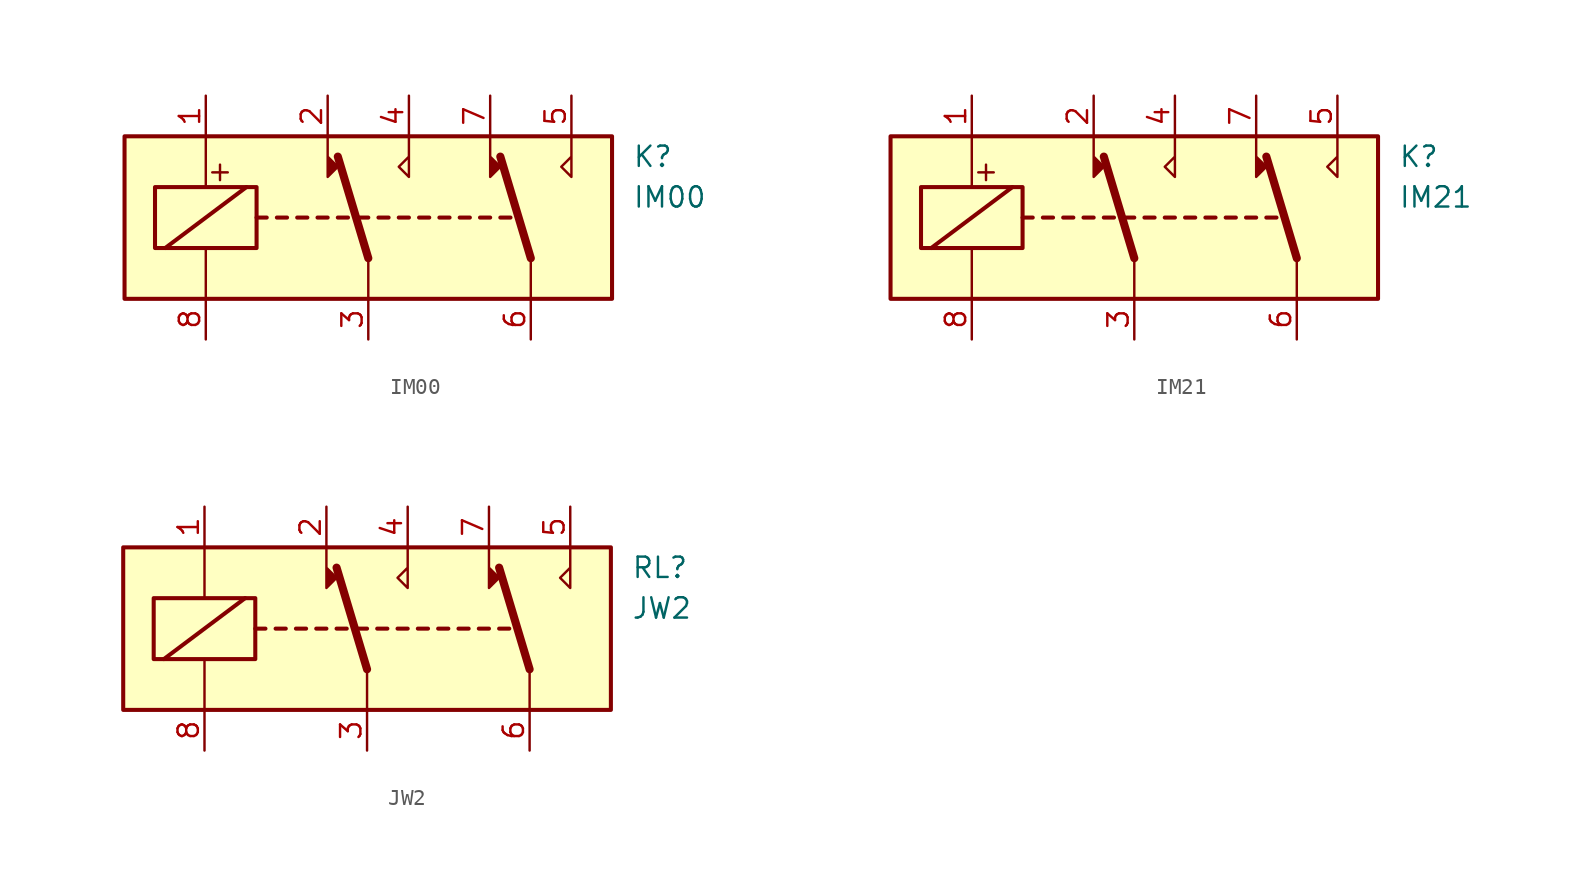
<source format=kicad_sym>
(kicad_symbol_lib
  (version 20201005)
  (generator kicad_symbol_editor)
  (symbol "Relay:IM00"
    (property "Reference" "K"
      (at 16.51 3.81 0)
      (effects (font (size 1.27 1.27)) (justify left)))
    (property "Value" "IM00"
      (at 16.51 1.27 0)
      (effects (font (size 1.27 1.27)) (justify left)))
    (symbol "IM00_0_0"
      (text "+" (at -9.271 2.921 0) (effects (font (size 1.27 1.27)))))
    (symbol "IM00_0_1"
      (rectangle (start -15.24 5.08) (end 15.24 -5.08) (stroke (width 0.254)) (fill (type background)))
      (rectangle (start -13.335 1.905) (end -6.985 -1.905) (stroke (width 0.254)) (fill (type none)))
      (polyline (pts (xy -12.7 -1.905) (xy -7.62 1.905)) (stroke (width 0.254)) (fill (type none)))
      (polyline (pts (xy -10.16 -5.08) (xy -10.16 -1.905)) (stroke (width 0)) (fill (type none)))
      (polyline (pts (xy -10.16 5.08) (xy -10.16 1.905)) (stroke (width 0)) (fill (type none)))
      (polyline (pts (xy -6.985 0) (xy -6.35 0)) (stroke (width 0.254)) (fill (type none)))
      (polyline (pts (xy -5.715 0) (xy -5.08 0)) (stroke (width 0.254)) (fill (type none)))
      (polyline (pts (xy -4.445 0) (xy -3.81 0)) (stroke (width 0.254)) (fill (type none)))
      (polyline (pts (xy -3.175 0) (xy -2.54 0)) (stroke (width 0.254)) (fill (type none)))
      (polyline (pts (xy -1.905 0) (xy -1.27 0)) (stroke (width 0.254)) (fill (type none)))
      (polyline (pts (xy -0.635 0) (xy 0 0)) (stroke (width 0.254)) (fill (type none)))
      (polyline (pts (xy 0 -2.54) (xy -1.905 3.81)) (stroke (width 0.508)) (fill (type none)))
      (polyline (pts (xy 0 -2.54) (xy 0 -5.08)) (stroke (width 0)) (fill (type none)))
      (polyline (pts (xy 0.635 0) (xy 1.27 0)) (stroke (width 0.254)) (fill (type none)))
      (polyline (pts (xy 1.905 0) (xy 2.54 0)) (stroke (width 0.254)) (fill (type none)))
      (polyline (pts (xy 3.175 0) (xy 3.81 0)) (stroke (width 0.254)) (fill (type none)))
      (polyline (pts (xy 4.445 0) (xy 5.08 0)) (stroke (width 0.254)) (fill (type none)))
      (polyline (pts (xy 5.715 0) (xy 6.35 0)) (stroke (width 0.254)) (fill (type none)))
      (polyline (pts (xy 6.985 0) (xy 7.62 0)) (stroke (width 0.254)) (fill (type none)))
      (polyline (pts (xy 8.255 0) (xy 8.89 0)) (stroke (width 0.254)) (fill (type none)))
      (polyline (pts (xy 10.16 -2.54) (xy 8.255 3.81)) (stroke (width 0.508)) (fill (type none)))
      (polyline (pts (xy 10.16 -2.54) (xy 10.16 -5.08)) (stroke (width 0)) (fill (type none)))
      (polyline (pts (xy -2.54 5.08) (xy -2.54 2.54) (xy -1.905 3.175) (xy -2.54 3.81)) (stroke (width 0)) (fill (type outline)))
      (polyline (pts (xy 2.54 5.08) (xy 2.54 2.54) (xy 1.905 3.175) (xy 2.54 3.81)) (stroke (width 0)) (fill (type none)))
      (polyline (pts (xy 7.62 5.08) (xy 7.62 2.54) (xy 8.255 3.175) (xy 7.62 3.81)) (stroke (width 0)) (fill (type outline)))
      (polyline (pts (xy 12.7 5.08) (xy 12.7 2.54) (xy 12.065 3.175) (xy 12.7 3.81)) (stroke (width 0)) (fill (type none))))
    (symbol "IM00_1_1"
      (pin passive line (at -10.16 7.62 270) (length 2.54) (name "~" (effects (font (size 1.27 1.27)))) (number "1" (effects (font (size 1.27 1.27)))))
      (pin passive line (at -2.54 7.62 270) (length 2.54) (name "~" (effects (font (size 1.27 1.27)))) (number "2" (effects (font (size 1.27 1.27)))))
      (pin passive line (at 0 -7.62 90) (length 2.54) (name "~" (effects (font (size 1.27 1.27)))) (number "3" (effects (font (size 1.27 1.27)))))
      (pin passive line (at 2.54 7.62 270) (length 2.54) (name "~" (effects (font (size 1.27 1.27)))) (number "4" (effects (font (size 1.27 1.27)))))
      (pin passive line (at 12.7 7.62 270) (length 2.54) (name "~" (effects (font (size 1.27 1.27)))) (number "5" (effects (font (size 1.27 1.27)))))
      (pin passive line (at 10.16 -7.62 90) (length 2.54) (name "~" (effects (font (size 1.27 1.27)))) (number "6" (effects (font (size 1.27 1.27)))))
      (pin passive line (at 7.62 7.62 270) (length 2.54) (name "~" (effects (font (size 1.27 1.27)))) (number "7" (effects (font (size 1.27 1.27)))))
      (pin passive line (at -10.16 -7.62 90) (length 2.54) (name "~" (effects (font (size 1.27 1.27)))) (number "8" (effects (font (size 1.27 1.27)))))))
  (symbol "Relay:IM21"
    (property "Reference" "K"
      (at 16.51 3.81 0)
      (effects (font (size 1.27 1.27)) (justify left)))
    (property "Value" "IM21"
      (at 16.51 1.27 0)
      (effects (font (size 1.27 1.27)) (justify left)))
    (symbol "IM21_0_0"
      (text "+" (at -9.271 2.921 0) (effects (font (size 1.27 1.27)))))
    (symbol "IM21_0_1"
      (rectangle (start -15.24 5.08) (end 15.24 -5.08) (stroke (width 0.254)) (fill (type background)))
      (rectangle (start -13.335 1.905) (end -6.985 -1.905) (stroke (width 0.254)) (fill (type none)))
      (polyline (pts (xy -12.7 -1.905) (xy -7.62 1.905)) (stroke (width 0.254)) (fill (type none)))
      (polyline (pts (xy -10.16 -5.08) (xy -10.16 -1.905)) (stroke (width 0)) (fill (type none)))
      (polyline (pts (xy -10.16 5.08) (xy -10.16 1.905)) (stroke (width 0)) (fill (type none)))
      (polyline (pts (xy -6.985 0) (xy -6.35 0)) (stroke (width 0.254)) (fill (type none)))
      (polyline (pts (xy -5.715 0) (xy -5.08 0)) (stroke (width 0.254)) (fill (type none)))
      (polyline (pts (xy -4.445 0) (xy -3.81 0)) (stroke (width 0.254)) (fill (type none)))
      (polyline (pts (xy -3.175 0) (xy -2.54 0)) (stroke (width 0.254)) (fill (type none)))
      (polyline (pts (xy -1.905 0) (xy -1.27 0)) (stroke (width 0.254)) (fill (type none)))
      (polyline (pts (xy -0.635 0) (xy 0 0)) (stroke (width 0.254)) (fill (type none)))
      (polyline (pts (xy 0 -2.54) (xy -1.905 3.81)) (stroke (width 0.508)) (fill (type none)))
      (polyline (pts (xy 0 -2.54) (xy 0 -5.08)) (stroke (width 0)) (fill (type none)))
      (polyline (pts (xy 0.635 0) (xy 1.27 0)) (stroke (width 0.254)) (fill (type none)))
      (polyline (pts (xy 1.905 0) (xy 2.54 0)) (stroke (width 0.254)) (fill (type none)))
      (polyline (pts (xy 3.175 0) (xy 3.81 0)) (stroke (width 0.254)) (fill (type none)))
      (polyline (pts (xy 4.445 0) (xy 5.08 0)) (stroke (width 0.254)) (fill (type none)))
      (polyline (pts (xy 5.715 0) (xy 6.35 0)) (stroke (width 0.254)) (fill (type none)))
      (polyline (pts (xy 6.985 0) (xy 7.62 0)) (stroke (width 0.254)) (fill (type none)))
      (polyline (pts (xy 8.255 0) (xy 8.89 0)) (stroke (width 0.254)) (fill (type none)))
      (polyline (pts (xy 10.16 -2.54) (xy 8.255 3.81)) (stroke (width 0.508)) (fill (type none)))
      (polyline (pts (xy 10.16 -2.54) (xy 10.16 -5.08)) (stroke (width 0)) (fill (type none)))
      (polyline (pts (xy -2.54 5.08) (xy -2.54 2.54) (xy -1.905 3.175) (xy -2.54 3.81)) (stroke (width 0)) (fill (type outline)))
      (polyline (pts (xy 2.54 5.08) (xy 2.54 2.54) (xy 1.905 3.175) (xy 2.54 3.81)) (stroke (width 0)) (fill (type none)))
      (polyline (pts (xy 7.62 5.08) (xy 7.62 2.54) (xy 8.255 3.175) (xy 7.62 3.81)) (stroke (width 0)) (fill (type outline)))
      (polyline (pts (xy 12.7 5.08) (xy 12.7 2.54) (xy 12.065 3.175) (xy 12.7 3.81)) (stroke (width 0)) (fill (type none))))
    (symbol "IM21_1_1"
      (pin passive line (at -10.16 7.62 270) (length 2.54) (name "~" (effects (font (size 1.27 1.27)))) (number "1" (effects (font (size 1.27 1.27)))))
      (pin passive line (at -2.54 7.62 270) (length 2.54) (name "~" (effects (font (size 1.27 1.27)))) (number "2" (effects (font (size 1.27 1.27)))))
      (pin passive line (at 0 -7.62 90) (length 2.54) (name "~" (effects (font (size 1.27 1.27)))) (number "3" (effects (font (size 1.27 1.27)))))
      (pin passive line (at 2.54 7.62 270) (length 2.54) (name "~" (effects (font (size 1.27 1.27)))) (number "4" (effects (font (size 1.27 1.27)))))
      (pin passive line (at 12.7 7.62 270) (length 2.54) (name "~" (effects (font (size 1.27 1.27)))) (number "5" (effects (font (size 1.27 1.27)))))
      (pin passive line (at 10.16 -7.62 90) (length 2.54) (name "~" (effects (font (size 1.27 1.27)))) (number "6" (effects (font (size 1.27 1.27)))))
      (pin passive line (at 7.62 7.62 270) (length 2.54) (name "~" (effects (font (size 1.27 1.27)))) (number "7" (effects (font (size 1.27 1.27)))))
      (pin passive line (at -10.16 -7.62 90) (length 2.54) (name "~" (effects (font (size 1.27 1.27)))) (number "8" (effects (font (size 1.27 1.27)))))))
  (symbol "Relay:JW2"
    (property "Reference" "RL"
      (at 16.51 3.81 0)
      (effects (font (size 1.27 1.27)) (justify left)))
    (property "Value" "JW2"
      (at 16.51 1.27 0)
      (effects (font (size 1.27 1.27)) (justify left)))
    (symbol "JW2_0_1"
      (rectangle (start -15.24 5.08) (end 15.24 -5.08) (stroke (width 0.254)) (fill (type background)))
      (rectangle (start -13.335 1.905) (end -6.985 -1.905) (stroke (width 0.254)) (fill (type none)))
      (polyline (pts (xy -12.7 -1.905) (xy -7.62 1.905)) (stroke (width 0.254)) (fill (type none)))
      (polyline (pts (xy -10.16 -5.08) (xy -10.16 -1.905)) (stroke (width 0)) (fill (type none)))
      (polyline (pts (xy -10.16 5.08) (xy -10.16 1.905)) (stroke (width 0)) (fill (type none)))
      (polyline (pts (xy -6.985 0) (xy -6.35 0)) (stroke (width 0.254)) (fill (type none)))
      (polyline (pts (xy -5.715 0) (xy -5.08 0)) (stroke (width 0.254)) (fill (type none)))
      (polyline (pts (xy -4.445 0) (xy -3.81 0)) (stroke (width 0.254)) (fill (type none)))
      (polyline (pts (xy -3.175 0) (xy -2.54 0)) (stroke (width 0.254)) (fill (type none)))
      (polyline (pts (xy -1.905 0) (xy -1.27 0)) (stroke (width 0.254)) (fill (type none)))
      (polyline (pts (xy -0.635 0) (xy 0 0)) (stroke (width 0.254)) (fill (type none)))
      (polyline (pts (xy 0 -2.54) (xy -1.905 3.81)) (stroke (width 0.508)) (fill (type none)))
      (polyline (pts (xy 0 -2.54) (xy 0 -5.08)) (stroke (width 0)) (fill (type none)))
      (polyline (pts (xy 0.635 0) (xy 1.27 0)) (stroke (width 0.254)) (fill (type none)))
      (polyline (pts (xy 1.905 0) (xy 2.54 0)) (stroke (width 0.254)) (fill (type none)))
      (polyline (pts (xy 3.175 0) (xy 3.81 0)) (stroke (width 0.254)) (fill (type none)))
      (polyline (pts (xy 4.445 0) (xy 5.08 0)) (stroke (width 0.254)) (fill (type none)))
      (polyline (pts (xy 5.715 0) (xy 6.35 0)) (stroke (width 0.254)) (fill (type none)))
      (polyline (pts (xy 6.985 0) (xy 7.62 0)) (stroke (width 0.254)) (fill (type none)))
      (polyline (pts (xy 8.255 0) (xy 8.89 0)) (stroke (width 0.254)) (fill (type none)))
      (polyline (pts (xy 10.16 -2.54) (xy 8.255 3.81)) (stroke (width 0.508)) (fill (type none)))
      (polyline (pts (xy 10.16 -2.54) (xy 10.16 -5.08)) (stroke (width 0)) (fill (type none)))
      (polyline (pts (xy -2.54 5.08) (xy -2.54 2.54) (xy -1.905 3.175) (xy -2.54 3.81)) (stroke (width 0)) (fill (type outline)))
      (polyline (pts (xy 2.54 5.08) (xy 2.54 2.54) (xy 1.905 3.175) (xy 2.54 3.81)) (stroke (width 0)) (fill (type none)))
      (polyline (pts (xy 7.62 5.08) (xy 7.62 2.54) (xy 8.255 3.175) (xy 7.62 3.81)) (stroke (width 0)) (fill (type outline)))
      (polyline (pts (xy 12.7 5.08) (xy 12.7 2.54) (xy 12.065 3.175) (xy 12.7 3.81)) (stroke (width 0)) (fill (type none))))
    (symbol "JW2_1_1"
      (pin passive line (at -10.16 7.62 270) (length 2.54) (name "~" (effects (font (size 1.27 1.27)))) (number "1" (effects (font (size 1.27 1.27)))))
      (pin passive line (at -2.54 7.62 270) (length 2.54) (name "~" (effects (font (size 1.27 1.27)))) (number "2" (effects (font (size 1.27 1.27)))))
      (pin passive line (at 0 -7.62 90) (length 2.54) (name "~" (effects (font (size 1.27 1.27)))) (number "3" (effects (font (size 1.27 1.27)))))
      (pin passive line (at 2.54 7.62 270) (length 2.54) (name "~" (effects (font (size 1.27 1.27)))) (number "4" (effects (font (size 1.27 1.27)))))
      (pin passive line (at 12.7 7.62 270) (length 2.54) (name "~" (effects (font (size 1.27 1.27)))) (number "5" (effects (font (size 1.27 1.27)))))
      (pin passive line (at 10.16 -7.62 90) (length 2.54) (name "~" (effects (font (size 1.27 1.27)))) (number "6" (effects (font (size 1.27 1.27)))))
      (pin passive line (at 7.62 7.62 270) (length 2.54) (name "~" (effects (font (size 1.27 1.27)))) (number "7" (effects (font (size 1.27 1.27)))))
      (pin passive line (at -10.16 -7.62 90) (length 2.54) (name "~" (effects (font (size 1.27 1.27)))) (number "8" (effects (font (size 1.27 1.27))))))))
</source>
